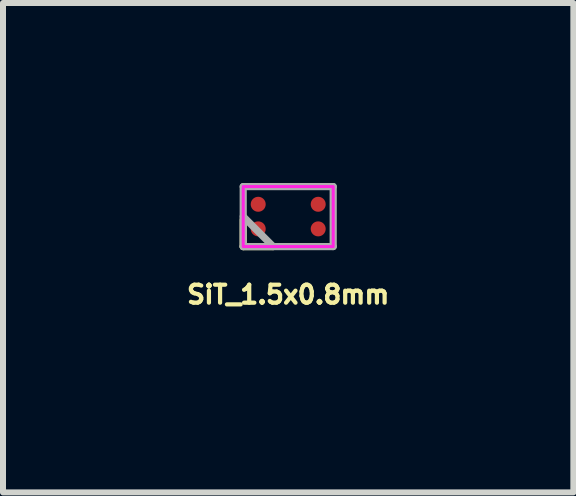
<source format=kicad_pcb>
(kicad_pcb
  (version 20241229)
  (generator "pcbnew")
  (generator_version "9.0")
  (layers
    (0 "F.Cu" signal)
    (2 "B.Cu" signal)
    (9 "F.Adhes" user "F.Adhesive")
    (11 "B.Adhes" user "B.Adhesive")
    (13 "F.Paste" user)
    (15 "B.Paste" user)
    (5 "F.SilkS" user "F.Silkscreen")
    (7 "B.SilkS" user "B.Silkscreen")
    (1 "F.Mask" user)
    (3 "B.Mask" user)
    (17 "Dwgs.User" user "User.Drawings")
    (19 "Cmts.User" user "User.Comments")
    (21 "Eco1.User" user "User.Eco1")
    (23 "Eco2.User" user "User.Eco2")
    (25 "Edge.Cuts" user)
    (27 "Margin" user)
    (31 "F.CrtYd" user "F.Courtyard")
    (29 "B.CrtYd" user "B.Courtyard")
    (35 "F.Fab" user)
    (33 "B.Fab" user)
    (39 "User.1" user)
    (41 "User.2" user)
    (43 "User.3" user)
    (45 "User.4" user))
  (footprint "SiT_1.5x0.8mm"
    (layer "F.Cu")
    (at 1.754 0.56)
    (property "Reference" "SiT_1.5x0.8mm" (at 0 1.3 0) (layer "F.SilkS") (effects (font (size 0.3 0.3) (thickness 0.07))))
    (attr through_hole)
    (fp_line (start -0.75 0.05) (end -0.75 0.5) (stroke (width 0.12) (type solid)) (layer "F.SilkS"))
    (fp_line (start -0.75 0.5) (end -0.25 0.5) (stroke (width 0.12) (type solid)) (layer "F.SilkS"))
    (fp_rect (start -0.75 -0.5) (end 0.75 0.5) (stroke (width 0.05) (type default)) (fill no) (layer "F.CrtYd"))
    (fp_line (start -0.75 -0.5) (end -0.75 0.5) (stroke (width 0.12) (type solid)) (layer "F.Fab"))
    (fp_line (start -0.75 0) (end -0.25 0.5) (stroke (width 0.12) (type solid)) (layer "F.Fab"))
    (fp_line (start -0.75 0.5) (end 0.75 0.5) (stroke (width 0.12) (type solid)) (layer "F.Fab"))
    (fp_line (start 0.75 -0.5) (end -0.75 -0.5) (stroke (width 0.12) (type solid)) (layer "F.Fab"))
    (fp_line (start 0.75 0.5) (end 0.75 -0.5) (stroke (width 0.12) (type solid)) (layer "F.Fab"))
    (pad "1" smd circle (at -0.5 0.205) (size 0.25 0.25) (layers "F.Cu" "F.Mask" "F.Paste"))
    (pad "2" smd circle (at 0.5 0.205) (size 0.25 0.25) (layers "F.Cu" "F.Mask" "F.Paste"))
    (pad "3" smd circle (at 0.5 -0.205) (size 0.25 0.25) (layers "F.Cu" "F.Mask" "F.Paste"))
    (pad "4" smd circle (at -0.5 -0.205) (size 0.25 0.25) (layers "F.Cu" "F.Mask" "F.Paste")))
  (gr_rect
    (start -3 -3)
    (end 6.507 5.158)
    (stroke (width 0.1) (type default))
    (fill no)
    (layer "Edge.Cuts")))
</source>
